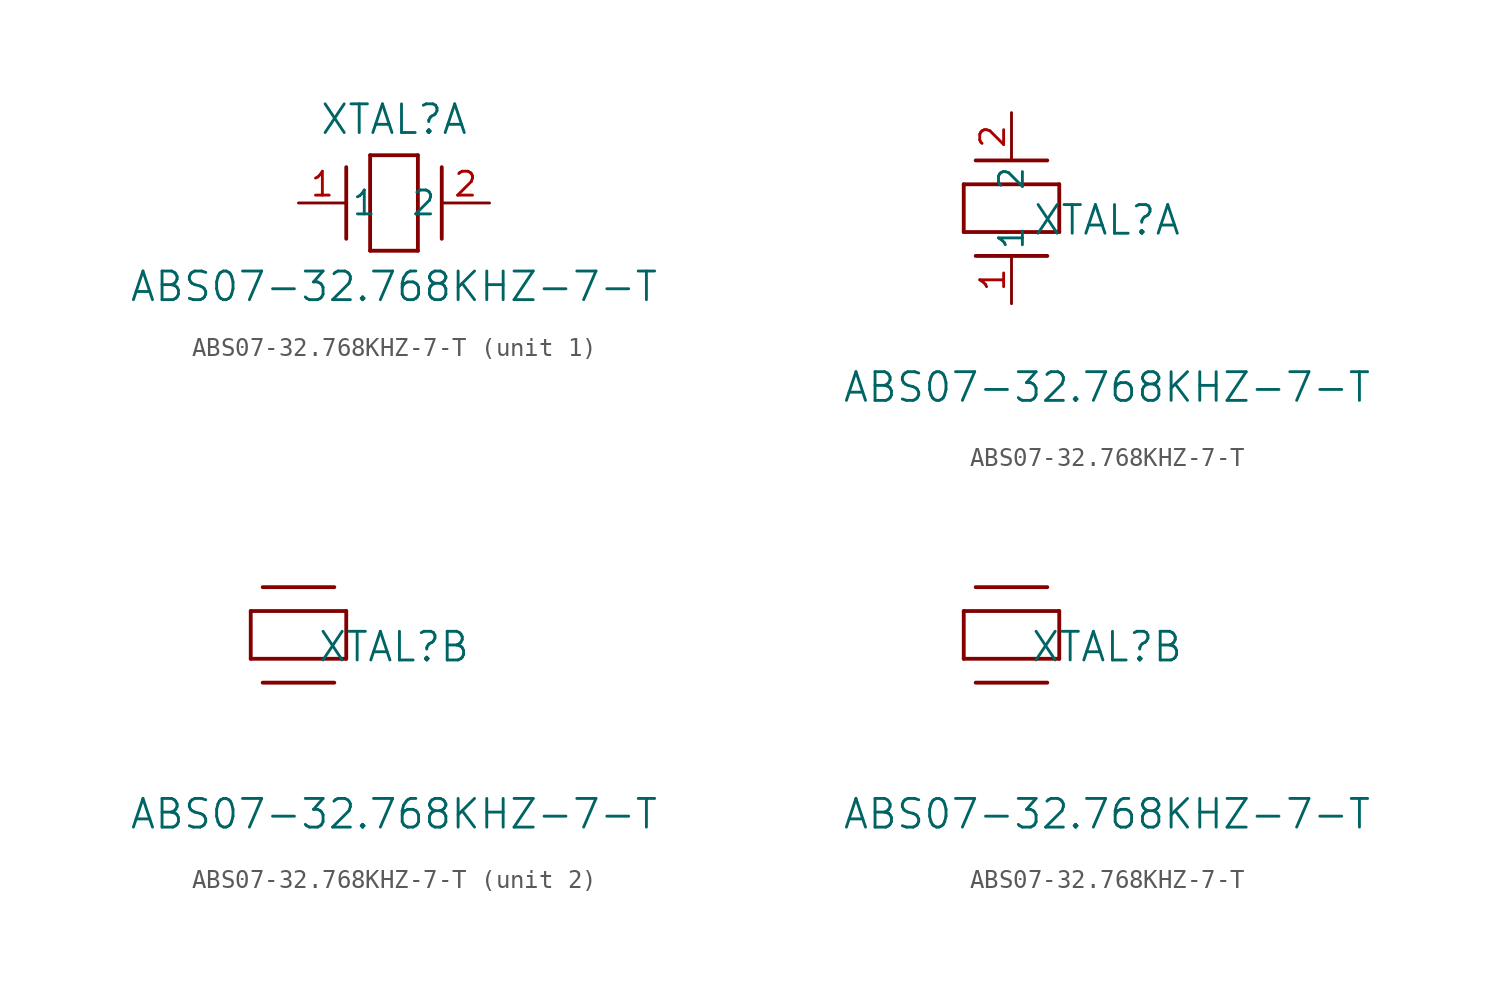
<source format=kicad_sym>
(kicad_symbol_lib
  (version 20211014)
  (generator kicad_symbol_editor)
  (symbol "ABS07-32.768KHZ-7-T"
    (pin_names
      (offset 0.254))
    (property "Reference" "XTAL"
      (at 5.08 4.445 0)
      (effects (font (size 1.524 1.524))))
    (property "Value" "ABS07-32.768KHZ-7-T"
      (at 5.08 -4.445 0)
      (effects (font (size 1.524 1.524))))
    (symbol "ABS07-32.768KHZ-7-T_1_1"
      (polyline (pts (xy 2.54 -1.905) (xy 2.54 1.905)) (stroke (width 0.203) (type default) (color 0 0 0 0)) (fill (type none)))
      (polyline (pts (xy 6.35 2.54) (xy 6.35 -2.54)) (stroke (width 0.203) (type default) (color 0 0 0 0)) (fill (type none)))
      (polyline (pts (xy 7.62 -1.905) (xy 7.62 1.905)) (stroke (width 0.203) (type default) (color 0 0 0 0)) (fill (type none)))
      (polyline (pts (xy 6.35 -2.54) (xy 3.81 -2.54)) (stroke (width 0.203) (type default) (color 0 0 0 0)) (fill (type none)))
      (polyline (pts (xy 3.81 2.54) (xy 6.35 2.54)) (stroke (width 0.203) (type default) (color 0 0 0 0)) (fill (type none)))
      (polyline (pts (xy 3.81 -2.54) (xy 3.81 2.54)) (stroke (width 0.203) (type default) (color 0 0 0 0)) (fill (type none)))
      (pin unspecified line (at 0 0 0) (length 2.54) (name "1" (effects (font (size 1.27 1.27)))) (number "1" (effects (font (size 1.27 1.27)))))
      (pin unspecified line (at 10.16 0 180) (length 2.54) (name "2" (effects (font (size 1.27 1.27)))) (number "2" (effects (font (size 1.27 1.27))))))
    (symbol "ABS07-32.768KHZ-7-T_1_2"
      (polyline (pts (xy 1.905 7.62) (xy -1.905 7.62)) (stroke (width 0.203) (type default) (color 0 0 0 0)) (fill (type none)))
      (polyline (pts (xy -2.54 3.81) (xy -2.54 6.35)) (stroke (width 0.203) (type default) (color 0 0 0 0)) (fill (type none)))
      (polyline (pts (xy 1.905 2.54) (xy -1.905 2.54)) (stroke (width 0.203) (type default) (color 0 0 0 0)) (fill (type none)))
      (polyline (pts (xy 2.54 6.35) (xy 2.54 3.81)) (stroke (width 0.203) (type default) (color 0 0 0 0)) (fill (type none)))
      (polyline (pts (xy -2.54 6.35) (xy 2.54 6.35)) (stroke (width 0.203) (type default) (color 0 0 0 0)) (fill (type none)))
      (polyline (pts (xy 2.54 3.81) (xy -2.54 3.81)) (stroke (width 0.203) (type default) (color 0 0 0 0)) (fill (type none)))
      (pin unspecified line (at 0 0 90) (length 2.54) (name "1" (effects (font (size 1.27 1.27)))) (number "1" (effects (font (size 1.27 1.27)))))
      (pin unspecified line (at 0 10.16 270) (length 2.54) (name "2" (effects (font (size 1.27 1.27)))) (number "2" (effects (font (size 1.27 1.27))))))
    (symbol "ABS07-32.768KHZ-7-T_2_1"
      (polyline (pts (xy 1.905 7.62) (xy -1.905 7.62)) (stroke (width 0.203) (type default) (color 0 0 0 0)) (fill (type none)))
      (polyline (pts (xy -2.54 3.81) (xy -2.54 6.35)) (stroke (width 0.203) (type default) (color 0 0 0 0)) (fill (type none)))
      (polyline (pts (xy 1.905 2.54) (xy -1.905 2.54)) (stroke (width 0.203) (type default) (color 0 0 0 0)) (fill (type none)))
      (polyline (pts (xy 2.54 6.35) (xy 2.54 3.81)) (stroke (width 0.203) (type default) (color 0 0 0 0)) (fill (type none)))
      (polyline (pts (xy -2.54 6.35) (xy 2.54 6.35)) (stroke (width 0.203) (type default) (color 0 0 0 0)) (fill (type none)))
      (polyline (pts (xy 2.54 3.81) (xy -2.54 3.81)) (stroke (width 0.203) (type default) (color 0 0 0 0)) (fill (type none))))
    (symbol "ABS07-32.768KHZ-7-T_2_2"
      (polyline (pts (xy 1.905 7.62) (xy -1.905 7.62)) (stroke (width 0.203) (type default) (color 0 0 0 0)) (fill (type none)))
      (polyline (pts (xy -2.54 3.81) (xy -2.54 6.35)) (stroke (width 0.203) (type default) (color 0 0 0 0)) (fill (type none)))
      (polyline (pts (xy 1.905 2.54) (xy -1.905 2.54)) (stroke (width 0.203) (type default) (color 0 0 0 0)) (fill (type none)))
      (polyline (pts (xy 2.54 6.35) (xy 2.54 3.81)) (stroke (width 0.203) (type default) (color 0 0 0 0)) (fill (type none)))
      (polyline (pts (xy -2.54 6.35) (xy 2.54 6.35)) (stroke (width 0.203) (type default) (color 0 0 0 0)) (fill (type none)))
      (polyline (pts (xy 2.54 3.81) (xy -2.54 3.81)) (stroke (width 0.203) (type default) (color 0 0 0 0)) (fill (type none))))))
</source>
